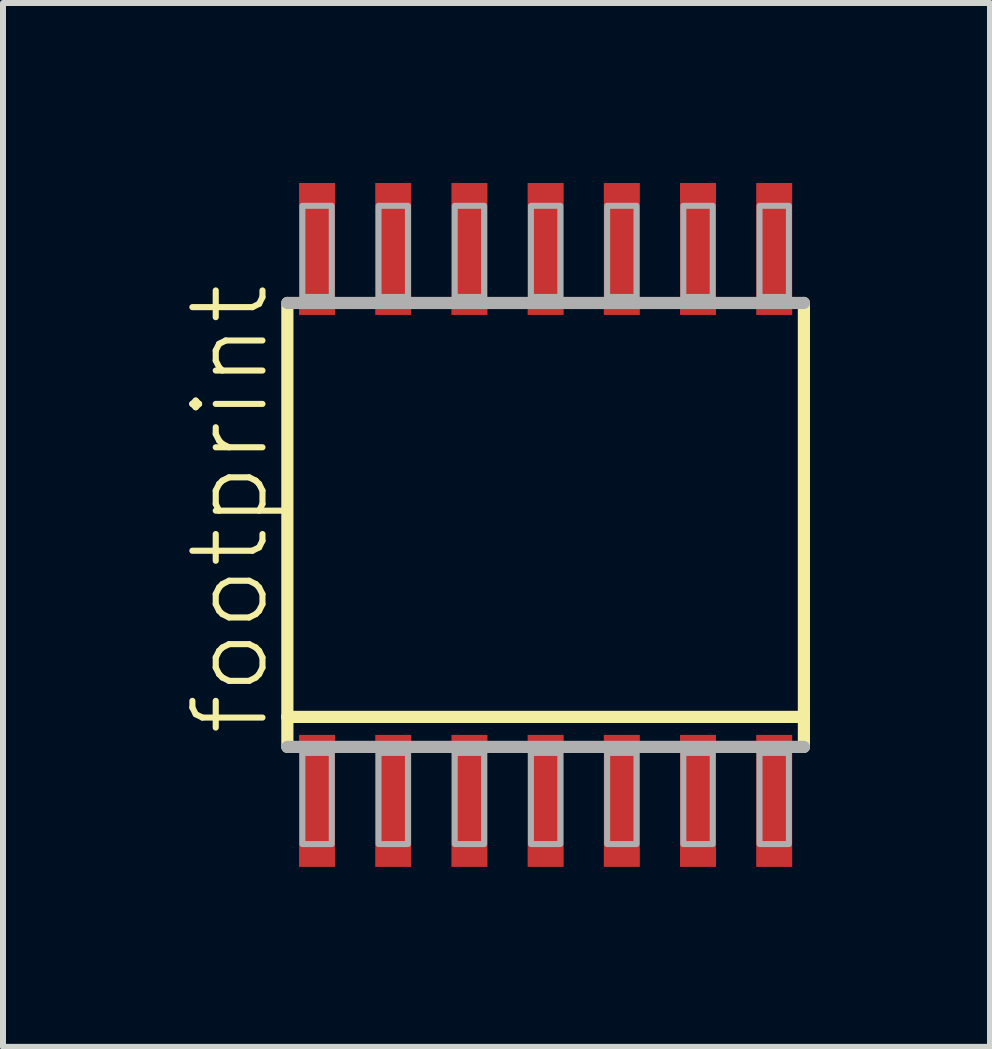
<source format=kicad_pcb>
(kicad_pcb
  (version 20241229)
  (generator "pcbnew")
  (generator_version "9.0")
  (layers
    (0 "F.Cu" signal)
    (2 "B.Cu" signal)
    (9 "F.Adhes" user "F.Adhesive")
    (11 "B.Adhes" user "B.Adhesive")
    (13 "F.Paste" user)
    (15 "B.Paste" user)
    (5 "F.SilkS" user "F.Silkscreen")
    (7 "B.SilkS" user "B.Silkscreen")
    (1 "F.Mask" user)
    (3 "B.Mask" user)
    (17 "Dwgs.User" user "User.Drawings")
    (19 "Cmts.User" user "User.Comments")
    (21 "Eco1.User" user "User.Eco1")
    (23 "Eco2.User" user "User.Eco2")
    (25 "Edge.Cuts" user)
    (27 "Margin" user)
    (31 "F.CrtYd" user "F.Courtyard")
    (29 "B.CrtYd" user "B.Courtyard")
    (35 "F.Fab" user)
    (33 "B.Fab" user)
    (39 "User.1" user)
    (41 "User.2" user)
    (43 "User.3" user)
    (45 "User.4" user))
  (footprint "footprint"
    (layer "F.Cu")
    (at 6.045 5.7)
    (property "Reference" "footprint" (at -4.572 3.556 90) (layer "F.SilkS") (effects (font (size 1.168 1.168) (thickness 0.102)) (justify left bottom)))
    (fp_line (start -4.305 3.2) (end -4.305 -3.7) (stroke (width 0.203) (type solid)) (layer "F.SilkS"))
    (fp_line (start -4.305 3.7) (end -4.305 3.2) (stroke (width 0.203) (type solid)) (layer "F.SilkS"))
    (fp_line (start 4.305 -3.7) (end 4.305 3.2) (stroke (width 0.203) (type solid)) (layer "F.SilkS"))
    (fp_line (start 4.305 3.2) (end -4.305 3.2) (stroke (width 0.203) (type solid)) (layer "F.SilkS"))
    (fp_line (start 4.305 3.2) (end 4.305 3.7) (stroke (width 0.203) (type solid)) (layer "F.SilkS"))
    (fp_line (start -4.305 -3.7) (end 4.305 -3.7) (stroke (width 0.203) (type solid)) (layer "F.Fab"))
    (fp_line (start 4.305 3.7) (end -4.305 3.7) (stroke (width 0.203) (type solid)) (layer "F.Fab"))
    (fp_poly (pts (xy -4.055 -3.8) (xy -3.565 -3.8) (xy -3.565 -5.32) (xy -4.055 -5.32)) (stroke (width 0.1) (type solid)) (fill no) (layer "F.Fab"))
    (fp_poly (pts (xy -4.055 5.32) (xy -3.565 5.32) (xy -3.565 3.8) (xy -4.055 3.8)) (stroke (width 0.1) (type solid)) (fill no) (layer "F.Fab"))
    (fp_poly (pts (xy -2.785 -3.8) (xy -2.295 -3.8) (xy -2.295 -5.32) (xy -2.785 -5.32)) (stroke (width 0.1) (type solid)) (fill no) (layer "F.Fab"))
    (fp_poly (pts (xy -2.785 5.32) (xy -2.295 5.32) (xy -2.295 3.8) (xy -2.785 3.8)) (stroke (width 0.1) (type solid)) (fill no) (layer "F.Fab"))
    (fp_poly (pts (xy -1.515 -3.8) (xy -1.025 -3.8) (xy -1.025 -5.32) (xy -1.515 -5.32)) (stroke (width 0.1) (type solid)) (fill no) (layer "F.Fab"))
    (fp_poly (pts (xy -1.515 5.32) (xy -1.025 5.32) (xy -1.025 3.8) (xy -1.515 3.8)) (stroke (width 0.1) (type solid)) (fill no) (layer "F.Fab"))
    (fp_poly (pts (xy -0.245 -3.8) (xy 0.245 -3.8) (xy 0.245 -5.32) (xy -0.245 -5.32)) (stroke (width 0.1) (type solid)) (fill no) (layer "F.Fab"))
    (fp_poly (pts (xy -0.245 5.32) (xy 0.245 5.32) (xy 0.245 3.8) (xy -0.245 3.8)) (stroke (width 0.1) (type solid)) (fill no) (layer "F.Fab"))
    (fp_poly (pts (xy 1.025 -3.8) (xy 1.515 -3.8) (xy 1.515 -5.32) (xy 1.025 -5.32)) (stroke (width 0.1) (type solid)) (fill no) (layer "F.Fab"))
    (fp_poly (pts (xy 1.025 5.32) (xy 1.515 5.32) (xy 1.515 3.8) (xy 1.025 3.8)) (stroke (width 0.1) (type solid)) (fill no) (layer "F.Fab"))
    (fp_poly (pts (xy 2.295 -3.8) (xy 2.785 -3.8) (xy 2.785 -5.32) (xy 2.295 -5.32)) (stroke (width 0.1) (type solid)) (fill no) (layer "F.Fab"))
    (fp_poly (pts (xy 2.295 5.32) (xy 2.785 5.32) (xy 2.785 3.8) (xy 2.295 3.8)) (stroke (width 0.1) (type solid)) (fill no) (layer "F.Fab"))
    (fp_poly (pts (xy 3.565 -3.8) (xy 4.055 -3.8) (xy 4.055 -5.32) (xy 3.565 -5.32)) (stroke (width 0.1) (type solid)) (fill no) (layer "F.Fab"))
    (fp_poly (pts (xy 3.565 5.32) (xy 4.055 5.32) (xy 4.055 3.8) (xy 3.565 3.8)) (stroke (width 0.1) (type solid)) (fill no) (layer "F.Fab"))
    (pad "1" smd rect (at -3.81 4.6) (size 0.6 2.2) (layers "F.Cu" "F.Mask" "F.Paste"))
    (pad "2" smd rect (at -2.54 4.6) (size 0.6 2.2) (layers "F.Cu" "F.Mask" "F.Paste"))
    (pad "3" smd rect (at -1.27 4.6) (size 0.6 2.2) (layers "F.Cu" "F.Mask" "F.Paste"))
    (pad "4" smd rect (at 0 4.6) (size 0.6 2.2) (layers "F.Cu" "F.Mask" "F.Paste"))
    (pad "5" smd rect (at 1.27 4.6) (size 0.6 2.2) (layers "F.Cu" "F.Mask" "F.Paste"))
    (pad "6" smd rect (at 2.54 4.6) (size 0.6 2.2) (layers "F.Cu" "F.Mask" "F.Paste"))
    (pad "7" smd rect (at 3.81 4.6) (size 0.6 2.2) (layers "F.Cu" "F.Mask" "F.Paste"))
    (pad "8" smd rect (at 3.81 -4.6) (size 0.6 2.2) (layers "F.Cu" "F.Mask" "F.Paste"))
    (pad "9" smd rect (at 2.54 -4.6) (size 0.6 2.2) (layers "F.Cu" "F.Mask" "F.Paste"))
    (pad "10" smd rect (at 1.27 -4.6) (size 0.6 2.2) (layers "F.Cu" "F.Mask" "F.Paste"))
    (pad "11" smd rect (at 0 -4.6) (size 0.6 2.2) (layers "F.Cu" "F.Mask" "F.Paste"))
    (pad "12" smd rect (at -1.27 -4.6) (size 0.6 2.2) (layers "F.Cu" "F.Mask" "F.Paste"))
    (pad "13" smd rect (at -2.54 -4.6) (size 0.6 2.2) (layers "F.Cu" "F.Mask" "F.Paste"))
    (pad "14" smd rect (at -3.81 -4.6) (size 0.6 2.2) (layers "F.Cu" "F.Mask" "F.Paste")))
  (gr_rect
    (start -3 -3)
    (end 13.452 14.4)
    (stroke (width 0.1) (type default))
    (fill no)
    (layer "Edge.Cuts")))
</source>
